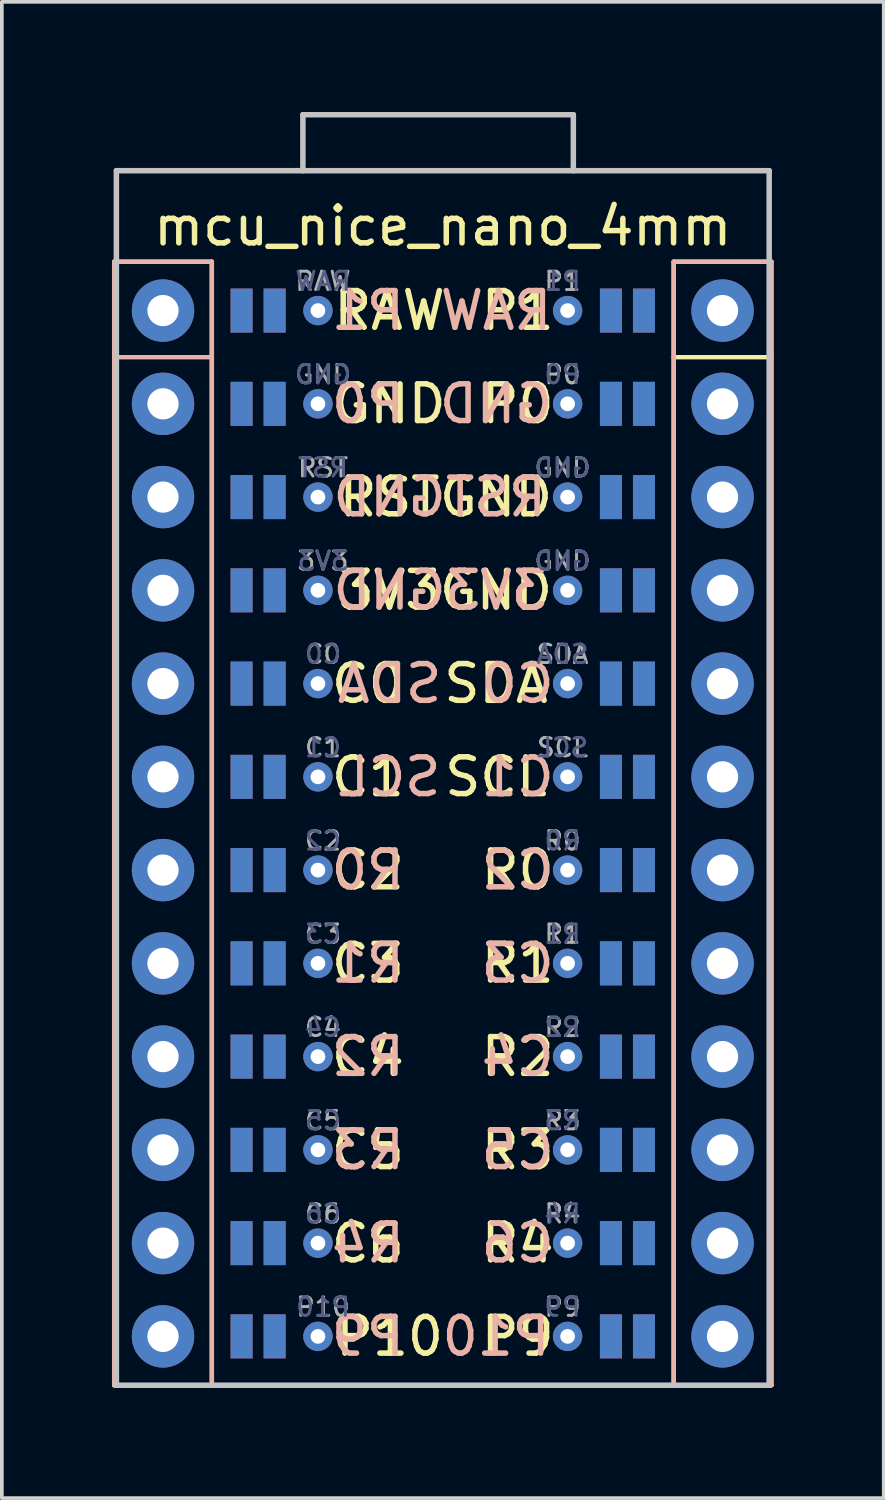
<source format=kicad_pcb>
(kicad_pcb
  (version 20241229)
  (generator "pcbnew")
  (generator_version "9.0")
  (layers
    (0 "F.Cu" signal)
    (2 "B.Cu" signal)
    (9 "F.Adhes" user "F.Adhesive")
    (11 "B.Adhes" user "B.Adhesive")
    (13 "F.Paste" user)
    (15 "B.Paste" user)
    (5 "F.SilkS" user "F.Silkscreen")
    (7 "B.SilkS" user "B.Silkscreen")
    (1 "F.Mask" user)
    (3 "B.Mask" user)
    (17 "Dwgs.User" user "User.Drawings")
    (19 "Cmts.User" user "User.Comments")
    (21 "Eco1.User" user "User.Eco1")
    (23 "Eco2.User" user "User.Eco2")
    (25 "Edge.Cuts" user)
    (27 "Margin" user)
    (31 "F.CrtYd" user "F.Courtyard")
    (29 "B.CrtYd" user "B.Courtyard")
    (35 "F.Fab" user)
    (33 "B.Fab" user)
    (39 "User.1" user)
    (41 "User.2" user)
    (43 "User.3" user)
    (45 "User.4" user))
  (footprint "mcu_nice_nano_4mm"
    (layer "F.Cu")
    (at 9.01 18.109)
    (property "Reference" "mcu_nice_nano_4mm" (at 0 -15 0) (layer "F.SilkS") (effects (font (size 1 1) (thickness 0.15))))
    (attr exclude_from_pos_files exclude_from_bom)
    (fp_line (start -8.95 -14.03) (end -8.95 16.57) (stroke (width 0.12) (type solid)) (layer "F.SilkS"))
    (fp_line (start -8.95 -14.03) (end -6.29 -14.03) (stroke (width 0.12) (type solid)) (layer "F.SilkS"))
    (fp_line (start -8.95 16.57) (end -6.29 16.57) (stroke (width 0.12) (type solid)) (layer "F.SilkS"))
    (fp_line (start -6.29 -14.03) (end -6.29 16.57) (stroke (width 0.12) (type solid)) (layer "F.SilkS"))
    (fp_line (start 6.29 -14.03) (end 6.29 16.57) (stroke (width 0.12) (type solid)) (layer "F.SilkS"))
    (fp_line (start 6.29 -14.03) (end 8.95 -14.03) (stroke (width 0.12) (type solid)) (layer "F.SilkS"))
    (fp_line (start 6.29 -11.43) (end 8.95 -11.43) (stroke (width 0.12) (type solid)) (layer "F.SilkS"))
    (fp_line (start 6.29 16.57) (end 8.95 16.57) (stroke (width 0.12) (type solid)) (layer "F.SilkS"))
    (fp_line (start 8.95 -14.03) (end 8.95 16.57) (stroke (width 0.12) (type solid)) (layer "F.SilkS"))
    (fp_line (start -8.95 -14.03) (end -8.95 16.57) (stroke (width 0.12) (type solid)) (layer "B.SilkS"))
    (fp_line (start -8.95 -11.43) (end -6.29 -11.43) (stroke (width 0.12) (type solid)) (layer "B.SilkS"))
    (fp_line (start -6.29 -14.03) (end -8.95 -14.03) (stroke (width 0.12) (type solid)) (layer "B.SilkS"))
    (fp_line (start -6.29 -14.03) (end -6.29 16.57) (stroke (width 0.12) (type solid)) (layer "B.SilkS"))
    (fp_line (start -6.29 16.57) (end -8.95 16.57) (stroke (width 0.12) (type solid)) (layer "B.SilkS"))
    (fp_line (start 6.29 -14.03) (end 6.29 16.57) (stroke (width 0.12) (type solid)) (layer "B.SilkS"))
    (fp_line (start 8.95 -14.03) (end 6.29 -14.03) (stroke (width 0.12) (type solid)) (layer "B.SilkS"))
    (fp_line (start 8.95 -14.03) (end 8.95 16.57) (stroke (width 0.12) (type solid)) (layer "B.SilkS"))
    (fp_line (start 8.95 16.57) (end 6.29 16.57) (stroke (width 0.12) (type solid)) (layer "B.SilkS"))
    (fp_line (start -8.89 -16.51) (end -8.89 16.57) (stroke (width 0.15) (type solid)) (layer "Dwgs.User"))
    (fp_line (start -8.89 -16.51) (end 8.89 -16.51) (stroke (width 0.15) (type solid)) (layer "Dwgs.User"))
    (fp_line (start -8.89 16.57) (end 8.89 16.57) (stroke (width 0.15) (type solid)) (layer "Dwgs.User"))
    (fp_line (start -3.81 -18.034) (end 3.556 -18.034) (stroke (width 0.15) (type solid)) (layer "Dwgs.User"))
    (fp_line (start -3.81 -16.51) (end -3.81 -18.034) (stroke (width 0.15) (type solid)) (layer "Dwgs.User"))
    (fp_line (start 3.556 -18.034) (end 3.556 -16.51) (stroke (width 0.15) (type solid)) (layer "Dwgs.User"))
    (fp_line (start 8.89 -16.51) (end 8.89 16.57) (stroke (width 0.15) (type solid)) (layer "Dwgs.User"))
    (fp_text user "GND" (at 1.45 -5.08 0) (layer "F.SilkS") (effects (font (size 1 1) (thickness 0.15))))
    (fp_text user "R0" (at 2.04 2.54 0) (layer "F.SilkS") (effects (font (size 1 1) (thickness 0.15))))
    (fp_text user "3V3" (at -1.45 -5.08 0) (layer "F.SilkS") (effects (font (size 1 1) (thickness 0.15))))
    (fp_text user "RAW" (at -1.45 -12.7 0) (layer "F.SilkS") (effects (font (size 1 1) (thickness 0.15))))
    (fp_text user "C6" (at -2.04 12.7 0) (layer "F.SilkS") (effects (font (size 1 1) (thickness 0.15))))
    (fp_text user "C4" (at -2.04 7.62 0) (layer "F.SilkS") (effects (font (size 1 1) (thickness 0.15))))
    (fp_text user "RST" (at -1.45 -7.62 0) (layer "F.SilkS") (effects (font (size 1 1) (thickness 0.15))))
    (fp_text user "SCL" (at 1.45 0 0) (layer "F.SilkS") (effects (font (size 1 1) (thickness 0.15))))
    (fp_text user "C0" (at -2.04 -2.54 0) (layer "F.SilkS") (effects (font (size 1 1) (thickness 0.15))))
    (fp_text user "R4" (at 2.04 12.7 0) (layer "F.SilkS") (effects (font (size 1 1) (thickness 0.15))))
    (fp_text user "C1" (at -2.04 0 0) (layer "F.SilkS") (effects (font (size 1 1) (thickness 0.15))))
    (fp_text user "P10" (at -1.45 15.24 0) (layer "F.SilkS") (effects (font (size 1 1) (thickness 0.15))))
    (fp_text user "P0" (at 2.04 -10.16 0) (layer "F.SilkS") (effects (font (size 1 1) (thickness 0.15))))
    (fp_text user "R3" (at 2.04 10.16 0) (layer "F.SilkS") (effects (font (size 1 1) (thickness 0.15))))
    (fp_text user "R2" (at 2.04 7.62 0) (layer "F.SilkS") (effects (font (size 1 1) (thickness 0.15))))
    (fp_text user "C3" (at -2.04 5.08 0) (layer "F.SilkS") (effects (font (size 1 1) (thickness 0.15))))
    (fp_text user "P1" (at 2.04 -12.7 0) (layer "F.SilkS") (effects (font (size 1 1) (thickness 0.15))))
    (fp_text user "R1" (at 2.04 5.08 0) (layer "F.SilkS") (effects (font (size 1 1) (thickness 0.15))))
    (fp_text user "P9" (at 2.04 15.24 0) (layer "F.SilkS") (effects (font (size 1 1) (thickness 0.15))))
    (fp_text user "GND" (at 1.45 -7.62 0) (layer "F.SilkS") (effects (font (size 1 1) (thickness 0.15))))
    (fp_text user "C2" (at -2.04 2.54 0) (layer "F.SilkS") (effects (font (size 1 1) (thickness 0.15))))
    (fp_text user "C5" (at -2.04 10.16 0) (layer "F.SilkS") (effects (font (size 1 1) (thickness 0.15))))
    (fp_text user "SDA" (at 1.45 -2.54 0) (layer "F.SilkS") (effects (font (size 1 1) (thickness 0.15))))
    (fp_text user "GND" (at -1.45 -10.16 0) (layer "F.SilkS") (effects (font (size 1 1) (thickness 0.15))))
    (fp_text user "R1" (at -2.04 5.08 0) (layer "B.SilkS") (effects (font (size 1 1) (thickness 0.15)) (justify mirror)))
    (fp_text user "P1" (at -2.04 -12.7 0) (layer "B.SilkS") (effects (font (size 1 1) (thickness 0.15)) (justify mirror)))
    (fp_text user "GND" (at -1.45 -7.62 0) (layer "B.SilkS") (effects (font (size 1 1) (thickness 0.15)) (justify mirror)))
    (fp_text user "SCL" (at -1.45 0 0) (layer "B.SilkS") (effects (font (size 1 1) (thickness 0.15)) (justify mirror)))
    (fp_text user "C5" (at 2.04 10.16 0) (layer "B.SilkS") (effects (font (size 1 1) (thickness 0.15)) (justify mirror)))
    (fp_text user "C6" (at 2.04 12.7 0) (layer "B.SilkS") (effects (font (size 1 1) (thickness 0.15)) (justify mirror)))
    (fp_text user "SDA" (at -1.45 -2.54 0) (layer "B.SilkS") (effects (font (size 1 1) (thickness 0.15)) (justify mirror)))
    (fp_text user "R2" (at -2.04 7.62 0) (layer "B.SilkS") (effects (font (size 1 1) (thickness 0.15)) (justify mirror)))
    (fp_text user "RST" (at 1.45 -7.62 0) (layer "B.SilkS") (effects (font (size 1 1) (thickness 0.15)) (justify mirror)))
    (fp_text user "P9" (at -2.04 15.24 0) (layer "B.SilkS") (effects (font (size 1 1) (thickness 0.15)) (justify mirror)))
    (fp_text user "C0" (at 2.04 -2.54 0) (layer "B.SilkS") (effects (font (size 1 1) (thickness 0.15)) (justify mirror)))
    (fp_text user "3V3" (at 1.45 -5.08 0) (layer "B.SilkS") (effects (font (size 1 1) (thickness 0.15)) (justify mirror)))
    (fp_text user "P10" (at 1.45 15.24 0) (layer "B.SilkS") (effects (font (size 1 1) (thickness 0.15)) (justify mirror)))
    (fp_text user "C2" (at 2.04 2.54 0) (layer "B.SilkS") (effects (font (size 1 1) (thickness 0.15)) (justify mirror)))
    (fp_text user "R0" (at -2.04 2.54 0) (layer "B.SilkS") (effects (font (size 1 1) (thickness 0.15)) (justify mirror)))
    (fp_text user "C1" (at 2.04 0 0) (layer "B.SilkS") (effects (font (size 1 1) (thickness 0.15)) (justify mirror)))
    (fp_text user "GND" (at 1.45 -10.16 0) (layer "B.SilkS") (effects (font (size 1 1) (thickness 0.15)) (justify mirror)))
    (fp_text user "GND" (at -1.45 -5.08 0) (layer "B.SilkS") (effects (font (size 1 1) (thickness 0.15)) (justify mirror)))
    (fp_text user "C4" (at 2.04 7.62 0) (layer "B.SilkS") (effects (font (size 1 1) (thickness 0.15)) (justify mirror)))
    (fp_text user "P0" (at -2.04 -10.16 0) (layer "B.SilkS") (effects (font (size 1 1) (thickness 0.15)) (justify mirror)))
    (fp_text user "R3" (at -2.04 10.16 0) (layer "B.SilkS") (effects (font (size 1 1) (thickness 0.15)) (justify mirror)))
    (fp_text user "RAW" (at 1.45 -12.7 0) (layer "B.SilkS") (effects (font (size 1 1) (thickness 0.15)) (justify mirror)))
    (fp_text user "R4" (at -2.04 12.7 0) (layer "B.SilkS") (effects (font (size 1 1) (thickness 0.15)) (justify mirror)))
    (fp_text user "C3" (at 2.04 5.08 0) (layer "B.SilkS") (effects (font (size 1 1) (thickness 0.15)) (justify mirror)))
    (fp_text user "SCL" (at 3.262 -0.8 180) (layer "B.Fab") (effects (font (size 0.5 0.5) (thickness 0.08)) (justify mirror)))
    (fp_text user "SDA" (at 3.262 -3.34 180) (layer "B.Fab") (effects (font (size 0.5 0.5) (thickness 0.08)) (justify mirror)))
    (fp_text user "GND" (at 3.262 -5.88 180) (layer "B.Fab") (effects (font (size 0.5 0.5) (thickness 0.08)) (justify mirror)))
    (fp_text user "R1" (at 3.262 4.28 180) (layer "B.Fab") (effects (font (size 0.5 0.5) (thickness 0.08)) (justify mirror)))
    (fp_text user "GND" (at -3.262 -10.96 180) (layer "B.Fab") (effects (font (size 0.5 0.5) (thickness 0.08)) (justify mirror)))
    (fp_text user "C1" (at -3.262 -0.8 180) (layer "B.Fab") (effects (font (size 0.5 0.5) (thickness 0.08)) (justify mirror)))
    (fp_text user "R3" (at 3.262 9.36 180) (layer "B.Fab") (effects (font (size 0.5 0.5) (thickness 0.08)) (justify mirror)))
    (fp_text user "C5" (at -3.262 9.36 180) (layer "B.Fab") (effects (font (size 0.5 0.5) (thickness 0.08)) (justify mirror)))
    (fp_text user "C0" (at -3.262 -3.34 180) (layer "B.Fab") (effects (font (size 0.5 0.5) (thickness 0.08)) (justify mirror)))
    (fp_text user "C3" (at -3.262 4.28 180) (layer "B.Fab") (effects (font (size 0.5 0.5) (thickness 0.08)) (justify mirror)))
    (fp_text user "R4" (at 3.262 11.9 180) (layer "B.Fab") (effects (font (size 0.5 0.5) (thickness 0.08)) (justify mirror)))
    (fp_text user "C6" (at -3.262 11.9 180) (layer "B.Fab") (effects (font (size 0.5 0.5) (thickness 0.08)) (justify mirror)))
    (fp_text user "C4" (at -3.262 6.82 180) (layer "B.Fab") (effects (font (size 0.5 0.5) (thickness 0.08)) (justify mirror)))
    (fp_text user "R2" (at 3.262 6.82 180) (layer "B.Fab") (effects (font (size 0.5 0.5) (thickness 0.08)) (justify mirror)))
    (fp_text user "P1" (at 3.262 -13.5 180) (layer "B.Fab") (effects (font (size 0.5 0.5) (thickness 0.08)) (justify mirror)))
    (fp_text user "P10" (at -3.262 14.44 180) (layer "B.Fab") (effects (font (size 0.5 0.5) (thickness 0.08)) (justify mirror)))
    (fp_text user "RAW" (at -3.262 -13.5 180) (layer "B.Fab") (effects (font (size 0.5 0.5) (thickness 0.08)) (justify mirror)))
    (fp_text user "RST" (at -3.262 -8.42 180) (layer "B.Fab") (effects (font (size 0.5 0.5) (thickness 0.08)) (justify mirror)))
    (fp_text user "3V3" (at -3.262 -5.88 180) (layer "B.Fab") (effects (font (size 0.5 0.5) (thickness 0.08)) (justify mirror)))
    (fp_text user "C2" (at -3.262 1.74 180) (layer "B.Fab") (effects (font (size 0.5 0.5) (thickness 0.08)) (justify mirror)))
    (fp_text user "P0" (at 3.262 -10.96 180) (layer "B.Fab") (effects (font (size 0.5 0.5) (thickness 0.08)) (justify mirror)))
    (fp_text user "GND" (at 3.262 -8.42 180) (layer "B.Fab") (effects (font (size 0.5 0.5) (thickness 0.08)) (justify mirror)))
    (fp_text user "P9" (at 3.262 14.44 180) (layer "B.Fab") (effects (font (size 0.5 0.5) (thickness 0.08)) (justify mirror)))
    (fp_text user "R0" (at 3.262 1.74 180) (layer "B.Fab") (effects (font (size 0.5 0.5) (thickness 0.08)) (justify mirror)))
    (fp_text user "R3" (at 3.262 9.36 0) (layer "F.Fab") (effects (font (size 0.5 0.5) (thickness 0.08))))
    (fp_text user "P9" (at 3.262 14.44 0) (layer "F.Fab") (effects (font (size 0.5 0.5) (thickness 0.08))))
    (fp_text user "GND" (at 3.262 -5.88 0) (layer "F.Fab") (effects (font (size 0.5 0.5) (thickness 0.08))))
    (fp_text user "R4" (at 3.262 11.9 0) (layer "F.Fab") (effects (font (size 0.5 0.5) (thickness 0.08))))
    (fp_text user "RST" (at -3.262 -8.42 0) (layer "F.Fab") (effects (font (size 0.5 0.5) (thickness 0.08))))
    (fp_text user "SCL" (at 3.262 -0.8 0) (layer "F.Fab") (effects (font (size 0.5 0.5) (thickness 0.08))))
    (fp_text user "P0" (at 3.262 -10.96 0) (layer "F.Fab") (effects (font (size 0.5 0.5) (thickness 0.08))))
    (fp_text user "C5" (at -3.262 9.36 0) (layer "F.Fab") (effects (font (size 0.5 0.5) (thickness 0.08))))
    (fp_text user "P10" (at -3.262 14.44 0) (layer "F.Fab") (effects (font (size 0.5 0.5) (thickness 0.08))))
    (fp_text user "R0" (at 3.262 1.74 0) (layer "F.Fab") (effects (font (size 0.5 0.5) (thickness 0.08))))
    (fp_text user "R2" (at 3.262 6.82 0) (layer "F.Fab") (effects (font (size 0.5 0.5) (thickness 0.08))))
    (fp_text user "GND" (at 3.262 -8.42 0) (layer "F.Fab") (effects (font (size 0.5 0.5) (thickness 0.08))))
    (fp_text user "C0" (at -3.262 -3.34 0) (layer "F.Fab") (effects (font (size 0.5 0.5) (thickness 0.08))))
    (fp_text user "C2" (at -3.262 1.74 0) (layer "F.Fab") (effects (font (size 0.5 0.5) (thickness 0.08))))
    (fp_text user "C1" (at -3.262 -0.8 0) (layer "F.Fab") (effects (font (size 0.5 0.5) (thickness 0.08))))
    (fp_text user "C4" (at -3.262 6.82 0) (layer "F.Fab") (effects (font (size 0.5 0.5) (thickness 0.08))))
    (fp_text user "GND" (at -3.262 -10.96 0) (layer "F.Fab") (effects (font (size 0.5 0.5) (thickness 0.08))))
    (fp_text user "C6" (at -3.262 11.9 0) (layer "F.Fab") (effects (font (size 0.5 0.5) (thickness 0.08))))
    (fp_text user "3V3" (at -3.262 -5.88 0) (layer "F.Fab") (effects (font (size 0.5 0.5) (thickness 0.08))))
    (fp_text user "SDA" (at 3.262 -3.34 0) (layer "F.Fab") (effects (font (size 0.5 0.5) (thickness 0.08))))
    (fp_text user "R1" (at 3.262 4.28 0) (layer "F.Fab") (effects (font (size 0.5 0.5) (thickness 0.08))))
    (fp_text user "RAW" (at -3.262 -13.5 0) (layer "F.Fab") (effects (font (size 0.5 0.5) (thickness 0.08))))
    (fp_text user "P1" (at 3.262 -13.5 0) (layer "F.Fab") (effects (font (size 0.5 0.5) (thickness 0.08))))
    (fp_text user "C3" (at -3.262 4.28 0) (layer "F.Fab") (effects (font (size 0.5 0.5) (thickness 0.08))))
    (pad "1" smd rect (at 5.48 -12.7) (size 0.6 1.2) (layers "F.Cu" "F.Mask" "F.Paste"))
    (pad "1" smd rect (at 5.48 -12.7) (size 0.6 1.2) (layers "B.Cu" "B.Mask" "B.Paste"))
    (pad "1" thru_hole circle (at 7.62 -12.7) (size 1.7 1.7) (drill 0.85) (layers "*.Cu" "*.Mask"))
    (pad "2" smd rect (at 5.48 -10.16) (size 0.6 1.2) (layers "F.Cu" "F.Mask" "F.Paste"))
    (pad "2" smd rect (at 5.48 -10.16) (size 0.6 1.2) (layers "B.Cu" "B.Mask" "B.Paste"))
    (pad "2" thru_hole circle (at 7.62 -10.16) (size 1.7 1.7) (drill 0.85) (layers "*.Cu" "*.Mask"))
    (pad "3" smd rect (at 5.48 -7.62) (size 0.6 1.2) (layers "F.Cu" "F.Mask" "F.Paste"))
    (pad "3" smd rect (at 5.48 -7.62) (size 0.6 1.2) (layers "B.Cu" "B.Mask" "B.Paste"))
    (pad "3" thru_hole circle (at 7.62 -7.62) (size 1.7 1.7) (drill 0.85) (layers "*.Cu" "*.Mask"))
    (pad "4" smd rect (at 5.48 -5.08) (size 0.6 1.2) (layers "F.Cu" "F.Mask" "F.Paste"))
    (pad "4" smd rect (at 5.48 -5.08) (size 0.6 1.2) (layers "B.Cu" "B.Mask" "B.Paste"))
    (pad "4" thru_hole circle (at 7.62 -5.08) (size 1.7 1.7) (drill 0.85) (layers "*.Cu" "*.Mask"))
    (pad "5" smd rect (at 5.48 -2.54) (size 0.6 1.2) (layers "F.Cu" "F.Mask" "F.Paste"))
    (pad "5" smd rect (at 5.48 -2.54) (size 0.6 1.2) (layers "B.Cu" "B.Mask" "B.Paste"))
    (pad "5" thru_hole circle (at 7.62 -2.54) (size 1.7 1.7) (drill 0.85) (layers "*.Cu" "*.Mask"))
    (pad "6" smd rect (at 5.48 0) (size 0.6 1.2) (layers "F.Cu" "F.Mask" "F.Paste"))
    (pad "6" smd rect (at 5.48 0) (size 0.6 1.2) (layers "B.Cu" "B.Mask" "B.Paste"))
    (pad "6" thru_hole circle (at 7.62 0) (size 1.7 1.7) (drill 0.85) (layers "*.Cu" "*.Mask"))
    (pad "7" smd rect (at 5.48 2.54) (size 0.6 1.2) (layers "F.Cu" "F.Mask" "F.Paste"))
    (pad "7" smd rect (at 5.48 2.54) (size 0.6 1.2) (layers "B.Cu" "B.Mask" "B.Paste"))
    (pad "7" thru_hole circle (at 7.62 2.54) (size 1.7 1.7) (drill 0.85) (layers "*.Cu" "*.Mask"))
    (pad "8" smd rect (at 5.48 5.08) (size 0.6 1.2) (layers "F.Cu" "F.Mask" "F.Paste"))
    (pad "8" smd rect (at 5.48 5.08) (size 0.6 1.2) (layers "B.Cu" "B.Mask" "B.Paste"))
    (pad "8" thru_hole circle (at 7.62 5.08) (size 1.7 1.7) (drill 0.85) (layers "*.Cu" "*.Mask"))
    (pad "9" smd rect (at 5.48 7.62) (size 0.6 1.2) (layers "F.Cu" "F.Mask" "F.Paste"))
    (pad "9" smd rect (at 5.48 7.62) (size 0.6 1.2) (layers "B.Cu" "B.Mask" "B.Paste"))
    (pad "9" thru_hole circle (at 7.62 7.62) (size 1.7 1.7) (drill 0.85) (layers "*.Cu" "*.Mask"))
    (pad "10" smd rect (at 5.48 10.16) (size 0.6 1.2) (layers "F.Cu" "F.Mask" "F.Paste"))
    (pad "10" smd rect (at 5.48 10.16) (size 0.6 1.2) (layers "B.Cu" "B.Mask" "B.Paste"))
    (pad "10" thru_hole circle (at 7.62 10.16) (size 1.7 1.7) (drill 0.85) (layers "*.Cu" "*.Mask"))
    (pad "11" smd rect (at 5.48 12.7) (size 0.6 1.2) (layers "F.Cu" "F.Mask" "F.Paste"))
    (pad "11" smd rect (at 5.48 12.7) (size 0.6 1.2) (layers "B.Cu" "B.Mask" "B.Paste"))
    (pad "11" thru_hole circle (at 7.62 12.7) (size 1.7 1.7) (drill 0.85) (layers "*.Cu" "*.Mask"))
    (pad "12" smd rect (at 5.48 15.24) (size 0.6 1.2) (layers "F.Cu" "F.Mask" "F.Paste"))
    (pad "12" smd rect (at 5.48 15.24) (size 0.6 1.2) (layers "B.Cu" "B.Mask" "B.Paste"))
    (pad "12" thru_hole circle (at 7.62 15.24) (size 1.7 1.7) (drill 0.85) (layers "*.Cu" "*.Mask"))
    (pad "13" thru_hole circle (at -7.62 15.24) (size 1.7 1.7) (drill 0.85) (layers "*.Cu" "*.Mask"))
    (pad "13" smd rect (at -5.48 15.24) (size 0.6 1.2) (layers "F.Cu" "F.Mask" "F.Paste"))
    (pad "13" smd rect (at -5.48 15.24) (size 0.6 1.2) (layers "B.Cu" "B.Mask" "B.Paste"))
    (pad "14" thru_hole circle (at -7.62 12.7) (size 1.7 1.7) (drill 0.85) (layers "*.Cu" "*.Mask"))
    (pad "14" smd rect (at -5.48 12.7) (size 0.6 1.2) (layers "F.Cu" "F.Mask" "F.Paste"))
    (pad "14" smd rect (at -5.48 12.7) (size 0.6 1.2) (layers "B.Cu" "B.Mask" "B.Paste"))
    (pad "15" thru_hole circle (at -7.62 10.16) (size 1.7 1.7) (drill 0.85) (layers "*.Cu" "*.Mask"))
    (pad "15" smd rect (at -5.48 10.16) (size 0.6 1.2) (layers "F.Cu" "F.Mask" "F.Paste"))
    (pad "15" smd rect (at -5.48 10.16) (size 0.6 1.2) (layers "B.Cu" "B.Mask" "B.Paste"))
    (pad "16" thru_hole circle (at -7.62 7.62) (size 1.7 1.7) (drill 0.85) (layers "*.Cu" "*.Mask"))
    (pad "16" smd rect (at -5.48 7.62) (size 0.6 1.2) (layers "F.Cu" "F.Mask" "F.Paste"))
    (pad "16" smd rect (at -5.48 7.62) (size 0.6 1.2) (layers "B.Cu" "B.Mask" "B.Paste"))
    (pad "17" thru_hole circle (at -7.62 5.08) (size 1.7 1.7) (drill 0.85) (layers "*.Cu" "*.Mask"))
    (pad "17" smd rect (at -5.48 5.08) (size 0.6 1.2) (layers "F.Cu" "F.Mask" "F.Paste"))
    (pad "17" smd rect (at -5.48 5.08) (size 0.6 1.2) (layers "B.Cu" "B.Mask" "B.Paste"))
    (pad "18" thru_hole circle (at -7.62 2.54) (size 1.7 1.7) (drill 0.85) (layers "*.Cu" "*.Mask"))
    (pad "18" smd rect (at -5.48 2.54) (size 0.6 1.2) (layers "F.Cu" "F.Mask" "F.Paste"))
    (pad "18" smd rect (at -5.48 2.54) (size 0.6 1.2) (layers "B.Cu" "B.Mask" "B.Paste"))
    (pad "19" thru_hole circle (at -7.62 0) (size 1.7 1.7) (drill 0.85) (layers "*.Cu" "*.Mask"))
    (pad "19" smd rect (at -5.48 0) (size 0.6 1.2) (layers "F.Cu" "F.Mask" "F.Paste"))
    (pad "19" smd rect (at -5.48 0) (size 0.6 1.2) (layers "B.Cu" "B.Mask" "B.Paste"))
    (pad "20" thru_hole circle (at -7.62 -2.54) (size 1.7 1.7) (drill 0.85) (layers "*.Cu" "*.Mask"))
    (pad "20" smd rect (at -5.48 -2.54) (size 0.6 1.2) (layers "F.Cu" "F.Mask" "F.Paste"))
    (pad "20" smd rect (at -5.48 -2.54) (size 0.6 1.2) (layers "B.Cu" "B.Mask" "B.Paste"))
    (pad "21" thru_hole circle (at -7.62 -5.08) (size 1.7 1.7) (drill 0.85) (layers "*.Cu" "*.Mask"))
    (pad "21" smd rect (at -5.48 -5.08) (size 0.6 1.2) (layers "F.Cu" "F.Mask" "F.Paste"))
    (pad "21" smd rect (at -5.48 -5.08) (size 0.6 1.2) (layers "B.Cu" "B.Mask" "B.Paste"))
    (pad "22" thru_hole circle (at -7.62 -7.62) (size 1.7 1.7) (drill 0.85) (layers "*.Cu" "*.Mask"))
    (pad "22" smd rect (at -5.48 -7.62) (size 0.6 1.2) (layers "F.Cu" "F.Mask" "F.Paste"))
    (pad "22" smd rect (at -5.48 -7.62) (size 0.6 1.2) (layers "B.Cu" "B.Mask" "B.Paste"))
    (pad "23" thru_hole circle (at -7.62 -10.16) (size 1.7 1.7) (drill 0.85) (layers "*.Cu" "*.Mask"))
    (pad "23" smd rect (at -5.48 -10.16) (size 0.6 1.2) (layers "F.Cu" "F.Mask" "F.Paste"))
    (pad "23" smd rect (at -5.48 -10.16) (size 0.6 1.2) (layers "B.Cu" "B.Mask" "B.Paste"))
    (pad "24" thru_hole circle (at -7.62 -12.7) (size 1.7 1.7) (drill 0.85) (layers "*.Cu" "*.Mask"))
    (pad "24" smd rect (at -5.48 -12.7) (size 0.6 1.2) (layers "F.Cu" "F.Mask" "F.Paste"))
    (pad "24" smd rect (at -5.48 -12.7) (size 0.6 1.2) (layers "B.Cu" "B.Mask" "B.Paste"))
    (pad "101" smd rect (at -4.58 -12.7) (size 0.6 1.2) (layers "B.Cu" "B.Mask" "B.Paste"))
    (pad "101" thru_hole circle (at 3.4 -12.7) (size 0.8 0.8) (drill 0.4) (layers "*.Cu" "*.Mask"))
    (pad "101" smd rect (at 4.58 -12.7) (size 0.6 1.2) (layers "F.Cu" "F.Mask" "F.Paste"))
    (pad "102" smd rect (at -4.58 -10.16) (size 0.6 1.2) (layers "B.Cu" "B.Mask" "B.Paste"))
    (pad "102" thru_hole circle (at 3.4 -10.16) (size 0.8 0.8) (drill 0.4) (layers "*.Cu" "*.Mask"))
    (pad "102" smd rect (at 4.58 -10.16) (size 0.6 1.2) (layers "F.Cu" "F.Mask" "F.Paste"))
    (pad "103" smd rect (at -4.58 -7.62) (size 0.6 1.2) (layers "B.Cu" "B.Mask" "B.Paste"))
    (pad "103" thru_hole circle (at 3.4 -7.62) (size 0.8 0.8) (drill 0.4) (layers "*.Cu" "*.Mask"))
    (pad "103" smd rect (at 4.58 -7.62) (size 0.6 1.2) (layers "F.Cu" "F.Mask" "F.Paste"))
    (pad "104" smd rect (at -4.58 -5.08) (size 0.6 1.2) (layers "B.Cu" "B.Mask" "B.Paste"))
    (pad "104" thru_hole circle (at 3.4 -5.08) (size 0.8 0.8) (drill 0.4) (layers "*.Cu" "*.Mask"))
    (pad "104" smd rect (at 4.58 -5.08) (size 0.6 1.2) (layers "F.Cu" "F.Mask" "F.Paste"))
    (pad "105" smd rect (at -4.58 -2.54) (size 0.6 1.2) (layers "B.Cu" "B.Mask" "B.Paste"))
    (pad "105" thru_hole circle (at 3.4 -2.54) (size 0.8 0.8) (drill 0.4) (layers "*.Cu" "*.Mask"))
    (pad "105" smd rect (at 4.58 -2.54) (size 0.6 1.2) (layers "F.Cu" "F.Mask" "F.Paste"))
    (pad "106" smd rect (at -4.58 0) (size 0.6 1.2) (layers "B.Cu" "B.Mask" "B.Paste"))
    (pad "106" thru_hole circle (at 3.4 0) (size 0.8 0.8) (drill 0.4) (layers "*.Cu" "*.Mask"))
    (pad "106" smd rect (at 4.58 0) (size 0.6 1.2) (layers "F.Cu" "F.Mask" "F.Paste"))
    (pad "107" smd rect (at -4.58 2.54) (size 0.6 1.2) (layers "B.Cu" "B.Mask" "B.Paste"))
    (pad "107" thru_hole circle (at 3.4 2.54) (size 0.8 0.8) (drill 0.4) (layers "*.Cu" "*.Mask"))
    (pad "107" smd rect (at 4.58 2.54) (size 0.6 1.2) (layers "F.Cu" "F.Mask" "F.Paste"))
    (pad "108" smd rect (at -4.58 5.08) (size 0.6 1.2) (layers "B.Cu" "B.Mask" "B.Paste"))
    (pad "108" thru_hole circle (at 3.4 5.08) (size 0.8 0.8) (drill 0.4) (layers "*.Cu" "*.Mask"))
    (pad "108" smd rect (at 4.58 5.08) (size 0.6 1.2) (layers "F.Cu" "F.Mask" "F.Paste"))
    (pad "109" smd rect (at -4.58 7.62) (size 0.6 1.2) (layers "B.Cu" "B.Mask" "B.Paste"))
    (pad "109" thru_hole circle (at 3.4 7.62) (size 0.8 0.8) (drill 0.4) (layers "*.Cu" "*.Mask"))
    (pad "109" smd rect (at 4.58 7.62) (size 0.6 1.2) (layers "F.Cu" "F.Mask" "F.Paste"))
    (pad "110" smd rect (at -4.58 10.16) (size 0.6 1.2) (layers "B.Cu" "B.Mask" "B.Paste"))
    (pad "110" thru_hole circle (at 3.4 10.16) (size 0.8 0.8) (drill 0.4) (layers "*.Cu" "*.Mask"))
    (pad "110" smd rect (at 4.58 10.16) (size 0.6 1.2) (layers "F.Cu" "F.Mask" "F.Paste"))
    (pad "111" smd rect (at -4.58 12.7) (size 0.6 1.2) (layers "B.Cu" "B.Mask" "B.Paste"))
    (pad "111" thru_hole circle (at 3.4 12.7) (size 0.8 0.8) (drill 0.4) (layers "*.Cu" "*.Mask"))
    (pad "111" smd rect (at 4.58 12.7) (size 0.6 1.2) (layers "F.Cu" "F.Mask" "F.Paste"))
    (pad "112" smd rect (at -4.58 15.24) (size 0.6 1.2) (layers "B.Cu" "B.Mask" "B.Paste"))
    (pad "112" thru_hole circle (at 3.4 15.24) (size 0.8 0.8) (drill 0.4) (layers "*.Cu" "*.Mask"))
    (pad "112" smd rect (at 4.58 15.24) (size 0.6 1.2) (layers "F.Cu" "F.Mask" "F.Paste"))
    (pad "113" smd rect (at -4.58 15.24) (size 0.6 1.2) (layers "F.Cu" "F.Mask" "F.Paste"))
    (pad "113" thru_hole circle (at -3.4 15.24) (size 0.8 0.8) (drill 0.4) (layers "*.Cu" "*.Mask"))
    (pad "113" smd rect (at 4.58 15.24) (size 0.6 1.2) (layers "B.Cu" "B.Mask" "B.Paste"))
    (pad "114" smd rect (at -4.58 12.7) (size 0.6 1.2) (layers "F.Cu" "F.Mask" "F.Paste"))
    (pad "114" thru_hole circle (at -3.4 12.7) (size 0.8 0.8) (drill 0.4) (layers "*.Cu" "*.Mask"))
    (pad "114" smd rect (at 4.58 12.7) (size 0.6 1.2) (layers "B.Cu" "B.Mask" "B.Paste"))
    (pad "115" smd rect (at -4.58 10.16) (size 0.6 1.2) (layers "F.Cu" "F.Mask" "F.Paste"))
    (pad "115" thru_hole circle (at -3.4 10.16) (size 0.8 0.8) (drill 0.4) (layers "*.Cu" "*.Mask"))
    (pad "115" smd rect (at 4.58 10.16) (size 0.6 1.2) (layers "B.Cu" "B.Mask" "B.Paste"))
    (pad "116" smd rect (at -4.58 7.62) (size 0.6 1.2) (layers "F.Cu" "F.Mask" "F.Paste"))
    (pad "116" thru_hole circle (at -3.4 7.62) (size 0.8 0.8) (drill 0.4) (layers "*.Cu" "*.Mask"))
    (pad "116" smd rect (at 4.58 7.62) (size 0.6 1.2) (layers "B.Cu" "B.Mask" "B.Paste"))
    (pad "117" smd rect (at -4.58 5.08) (size 0.6 1.2) (layers "F.Cu" "F.Mask" "F.Paste"))
    (pad "117" thru_hole circle (at -3.4 5.08) (size 0.8 0.8) (drill 0.4) (layers "*.Cu" "*.Mask"))
    (pad "117" smd rect (at 4.58 5.08) (size 0.6 1.2) (layers "B.Cu" "B.Mask" "B.Paste"))
    (pad "118" smd rect (at -4.58 2.54) (size 0.6 1.2) (layers "F.Cu" "F.Mask" "F.Paste"))
    (pad "118" thru_hole circle (at -3.4 2.54) (size 0.8 0.8) (drill 0.4) (layers "*.Cu" "*.Mask"))
    (pad "118" smd rect (at 4.58 2.54) (size 0.6 1.2) (layers "B.Cu" "B.Mask" "B.Paste"))
    (pad "119" smd rect (at -4.58 0) (size 0.6 1.2) (layers "F.Cu" "F.Mask" "F.Paste"))
    (pad "119" thru_hole circle (at -3.4 0) (size 0.8 0.8) (drill 0.4) (layers "*.Cu" "*.Mask"))
    (pad "119" smd rect (at 4.58 0) (size 0.6 1.2) (layers "B.Cu" "B.Mask" "B.Paste"))
    (pad "120" smd rect (at -4.58 -2.54) (size 0.6 1.2) (layers "F.Cu" "F.Mask" "F.Paste"))
    (pad "120" thru_hole circle (at -3.4 -2.54) (size 0.8 0.8) (drill 0.4) (layers "*.Cu" "*.Mask"))
    (pad "120" smd rect (at 4.58 -2.54) (size 0.6 1.2) (layers "B.Cu" "B.Mask" "B.Paste"))
    (pad "121" smd rect (at -4.58 -5.08) (size 0.6 1.2) (layers "F.Cu" "F.Mask" "F.Paste"))
    (pad "121" thru_hole circle (at -3.4 -5.08) (size 0.8 0.8) (drill 0.4) (layers "*.Cu" "*.Mask"))
    (pad "121" smd rect (at 4.58 -5.08) (size 0.6 1.2) (layers "B.Cu" "B.Mask" "B.Paste"))
    (pad "122" smd rect (at -4.58 -7.62) (size 0.6 1.2) (layers "F.Cu" "F.Mask" "F.Paste"))
    (pad "122" thru_hole circle (at -3.4 -7.62) (size 0.8 0.8) (drill 0.4) (layers "*.Cu" "*.Mask"))
    (pad "122" smd rect (at 4.58 -7.62) (size 0.6 1.2) (layers "B.Cu" "B.Mask" "B.Paste"))
    (pad "123" smd rect (at -4.58 -10.16) (size 0.6 1.2) (layers "F.Cu" "F.Mask" "F.Paste"))
    (pad "123" thru_hole circle (at -3.4 -10.16) (size 0.8 0.8) (drill 0.4) (layers "*.Cu" "*.Mask"))
    (pad "123" smd rect (at 4.58 -10.16) (size 0.6 1.2) (layers "B.Cu" "B.Mask" "B.Paste"))
    (pad "124" smd rect (at -4.58 -12.7) (size 0.6 1.2) (layers "F.Cu" "F.Mask" "F.Paste"))
    (pad "124" thru_hole circle (at -3.4 -12.7) (size 0.8 0.8) (drill 0.4) (layers "*.Cu" "*.Mask"))
    (pad "124" smd rect (at 4.58 -12.7) (size 0.6 1.2) (layers "B.Cu" "B.Mask" "B.Paste")))
  (gr_rect
    (start -3 -3)
    (end 21.02 37.754)
    (stroke (width 0.1) (type default))
    (fill no)
    (layer "Edge.Cuts")))
</source>
